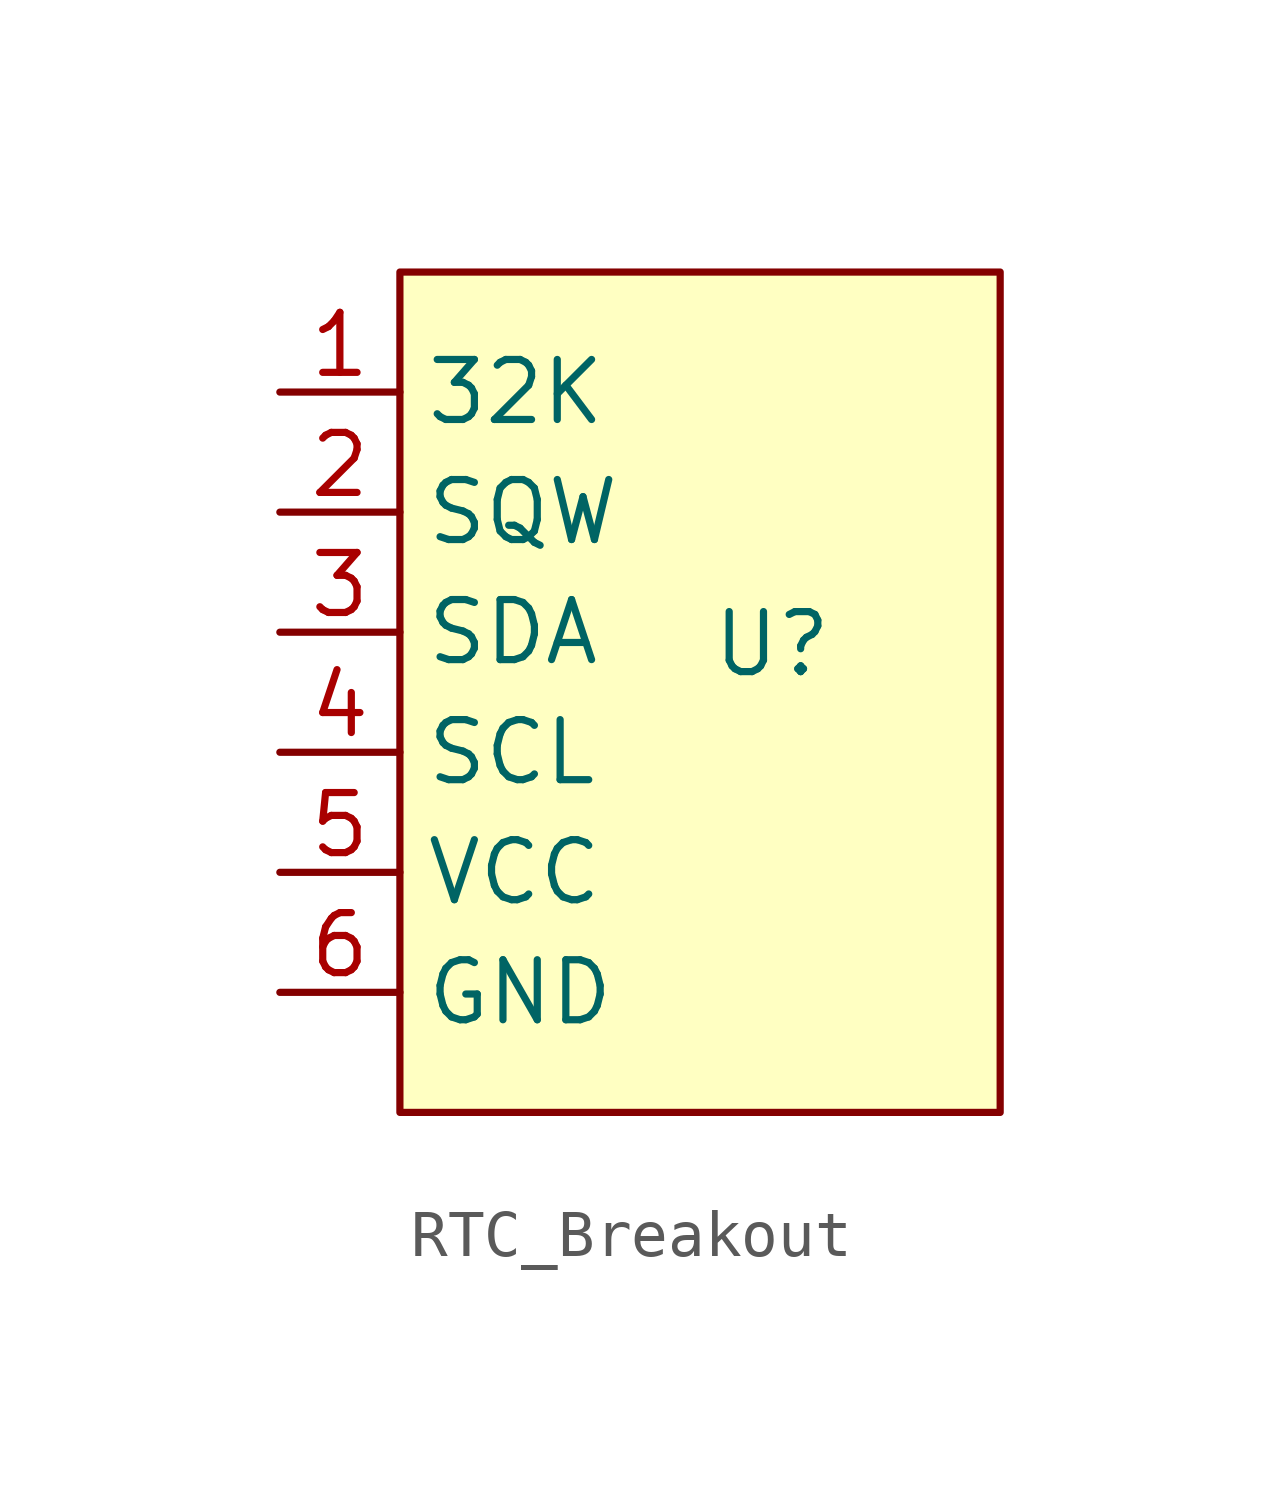
<source format=kicad_sym>
(kicad_symbol_lib
  (version 20241209)
  (generator "kicad_symbol_editor")
  (generator_version "9.0")
  (symbol "RTC_Breakout"
    (property "Reference" "U"
      (at -1.016 1.016 0)
      (effects (font (size 1.27 1.27))))
    (property "Value" ""
      (at 0 0 0)
      (effects (font (size 1.27 1.27))))
    (symbol "RTC_Breakout_1_1"
      (rectangle (start -8.89 8.89) (end 3.81 -8.89) (stroke (width 0) (type solid)) (fill (type background)))
      (pin input line (at -11.43 6.35 0) (length 2.54) (name "32K" (effects (font (size 1.27 1.27)))) (number "1" (effects (font (size 1.27 1.27)))))
      (pin input line (at -11.43 3.81 0) (length 2.54) (name "SQW" (effects (font (size 1.27 1.27)))) (number "2" (effects (font (size 1.27 1.27)))))
      (pin input line (at -11.43 1.27 0) (length 2.54) (name "SDA" (effects (font (size 1.27 1.27)))) (number "3" (effects (font (size 1.27 1.27)))))
      (pin input line (at -11.43 -1.27 0) (length 2.54) (name "SCL" (effects (font (size 1.27 1.27)))) (number "4" (effects (font (size 1.27 1.27)))))
      (pin input line (at -11.43 -3.81 0) (length 2.54) (name "VCC" (effects (font (size 1.27 1.27)))) (number "5" (effects (font (size 1.27 1.27)))))
      (pin input line (at -11.43 -6.35 0) (length 2.54) (name "GND" (effects (font (size 1.27 1.27)))) (number "6" (effects (font (size 1.27 1.27))))))))
</source>
